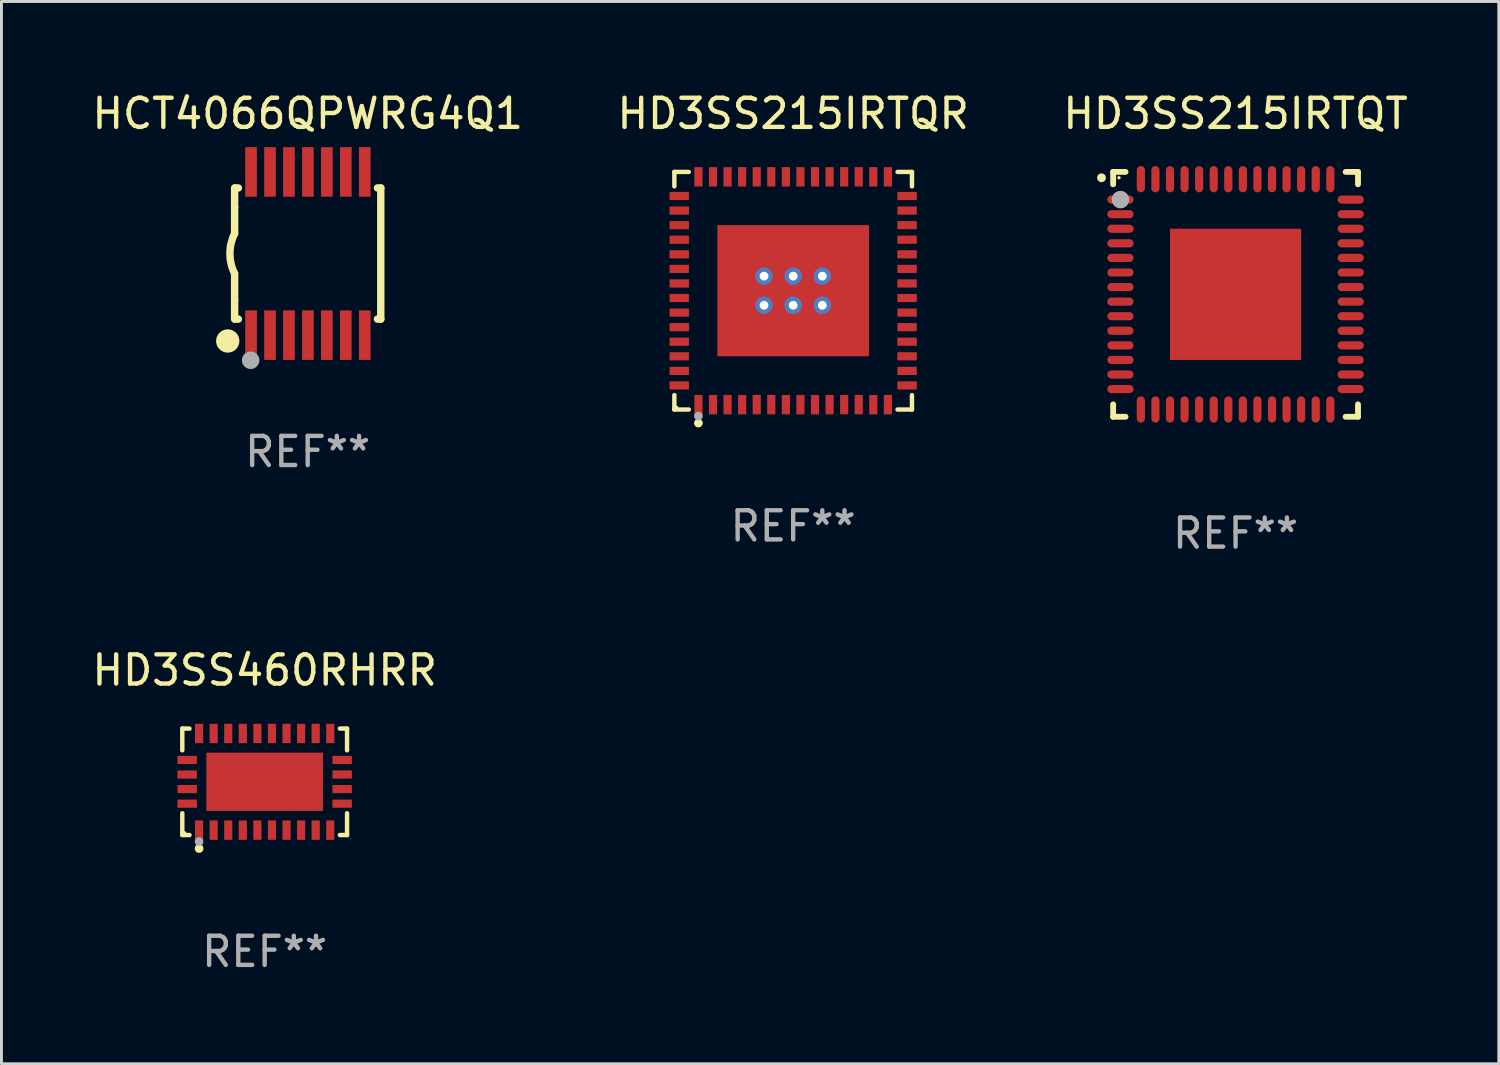
<source format=kicad_pcb>
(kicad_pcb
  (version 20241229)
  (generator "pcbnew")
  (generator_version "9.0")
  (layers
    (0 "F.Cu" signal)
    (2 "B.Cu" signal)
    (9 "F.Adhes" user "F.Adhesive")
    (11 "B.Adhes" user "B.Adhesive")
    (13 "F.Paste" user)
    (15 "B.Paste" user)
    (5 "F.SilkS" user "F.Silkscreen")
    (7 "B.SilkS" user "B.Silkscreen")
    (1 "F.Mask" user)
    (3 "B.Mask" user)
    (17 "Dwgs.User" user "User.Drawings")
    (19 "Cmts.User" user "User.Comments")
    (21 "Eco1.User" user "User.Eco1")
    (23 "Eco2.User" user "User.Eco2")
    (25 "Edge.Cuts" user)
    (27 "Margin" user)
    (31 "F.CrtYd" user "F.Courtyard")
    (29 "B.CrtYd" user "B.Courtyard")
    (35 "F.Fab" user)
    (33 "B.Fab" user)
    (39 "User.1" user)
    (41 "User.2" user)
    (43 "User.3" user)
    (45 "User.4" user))
  (footprint "HD3SS215IRTQT"
    (layer "F.Cu")
    (at 39.339 7.048)
    (property "Reference" "HD3SS215IRTQT" (at 0 -6.2 0) (layer "F.SilkS") (effects (font (size 1 1) (thickness 0.15))))
    (attr through_hole)
    (fp_line (start -4.2 -4.2) (end -3.775 -4.2) (stroke (width 0.2) (type solid)) (layer "F.SilkS"))
    (fp_line (start -4.2 -3.775) (end -4.2 -4.2) (stroke (width 0.2) (type solid)) (layer "F.SilkS"))
    (fp_line (start -4.2 3.775) (end -4.2 4.2) (stroke (width 0.2) (type solid)) (layer "F.SilkS"))
    (fp_line (start -4.2 4.2) (end -3.775 4.2) (stroke (width 0.2) (type solid)) (layer "F.SilkS"))
    (fp_line (start 3.775 4.2) (end 4.2 4.2) (stroke (width 0.2) (type solid)) (layer "F.SilkS"))
    (fp_line (start 4.2 -4.2) (end 3.775 -4.2) (stroke (width 0.2) (type solid)) (layer "F.SilkS"))
    (fp_line (start 4.2 -3.775) (end 4.2 -4.2) (stroke (width 0.2) (type solid)) (layer "F.SilkS"))
    (fp_line (start 4.2 4.2) (end 4.2 3.775) (stroke (width 0.2) (type solid)) (layer "F.SilkS"))
    (fp_arc (start -4.599949 -3.997968) (mid -4.599954 -3.999238) (end -4.599949 -4.000508) (stroke (width 0.3) (type solid)) (layer "F.SilkS"))
    (fp_circle (center -4 -4) (end -3.97 -4) (stroke (width 0.06) (type solid)) (fill no) (layer "F.SilkS"))
    (fp_circle (center -3.95 -3.25) (end -3.8 -3.25) (stroke (width 0.3) (type solid)) (fill no) (layer "F.Fab"))
    (fp_text user "REF**" (at 0 8.2 0) (layer "F.Fab") (effects (font (size 1 1) (thickness 0.15))))
    (pad "1" smd oval (at -3.95 -3.25 90) (size 0.28 0.9) (layers "F.Cu" "F.Mask" "F.Paste"))
    (pad "2" smd oval (at -3.95 -2.75 90) (size 0.28 0.9) (layers "F.Cu" "F.Mask" "F.Paste"))
    (pad "3" smd oval (at -3.95 -2.25 90) (size 0.28 0.9) (layers "F.Cu" "F.Mask" "F.Paste"))
    (pad "4" smd oval (at -3.95 -1.75 90) (size 0.28 0.9) (layers "F.Cu" "F.Mask" "F.Paste"))
    (pad "5" smd oval (at -3.95 -1.25 90) (size 0.28 0.9) (layers "F.Cu" "F.Mask" "F.Paste"))
    (pad "6" smd oval (at -3.95 -0.75 90) (size 0.28 0.9) (layers "F.Cu" "F.Mask" "F.Paste"))
    (pad "7" smd oval (at -3.95 -0.25 90) (size 0.28 0.9) (layers "F.Cu" "F.Mask" "F.Paste"))
    (pad "8" smd oval (at -3.95 0.25 90) (size 0.28 0.9) (layers "F.Cu" "F.Mask" "F.Paste"))
    (pad "9" smd oval (at -3.95 0.75 90) (size 0.28 0.9) (layers "F.Cu" "F.Mask" "F.Paste"))
    (pad "10" smd oval (at -3.95 1.25 90) (size 0.28 0.9) (layers "F.Cu" "F.Mask" "F.Paste"))
    (pad "11" smd oval (at -3.95 1.75 90) (size 0.28 0.9) (layers "F.Cu" "F.Mask" "F.Paste"))
    (pad "12" smd oval (at -3.95 2.25 90) (size 0.28 0.9) (layers "F.Cu" "F.Mask" "F.Paste"))
    (pad "13" smd oval (at -3.95 2.75 90) (size 0.28 0.9) (layers "F.Cu" "F.Mask" "F.Paste"))
    (pad "14" smd oval (at -3.95 3.25 90) (size 0.28 0.9) (layers "F.Cu" "F.Mask" "F.Paste"))
    (pad "15" smd oval (at -3.25 3.95) (size 0.28 0.9) (layers "F.Cu" "F.Mask" "F.Paste"))
    (pad "16" smd oval (at -2.75 3.95) (size 0.28 0.9) (layers "F.Cu" "F.Mask" "F.Paste"))
    (pad "17" smd oval (at -2.25 3.95) (size 0.28 0.9) (layers "F.Cu" "F.Mask" "F.Paste"))
    (pad "18" smd oval (at -1.75 3.95) (size 0.28 0.9) (layers "F.Cu" "F.Mask" "F.Paste"))
    (pad "19" smd oval (at -1.25 3.95) (size 0.28 0.9) (layers "F.Cu" "F.Mask" "F.Paste"))
    (pad "20" smd oval (at -0.75 3.95) (size 0.28 0.9) (layers "F.Cu" "F.Mask" "F.Paste"))
    (pad "21" smd oval (at -0.25 3.95) (size 0.28 0.9) (layers "F.Cu" "F.Mask" "F.Paste"))
    (pad "22" smd oval (at 0.25 3.95) (size 0.28 0.9) (layers "F.Cu" "F.Mask" "F.Paste"))
    (pad "23" smd oval (at 0.75 3.95) (size 0.28 0.9) (layers "F.Cu" "F.Mask" "F.Paste"))
    (pad "24" smd oval (at 1.25 3.95) (size 0.28 0.9) (layers "F.Cu" "F.Mask" "F.Paste"))
    (pad "25" smd oval (at 1.75 3.95) (size 0.28 0.9) (layers "F.Cu" "F.Mask" "F.Paste"))
    (pad "26" smd oval (at 2.25 3.95) (size 0.28 0.9) (layers "F.Cu" "F.Mask" "F.Paste"))
    (pad "27" smd oval (at 2.75 3.95) (size 0.28 0.9) (layers "F.Cu" "F.Mask" "F.Paste"))
    (pad "28" smd oval (at 3.25 3.95) (size 0.28 0.9) (layers "F.Cu" "F.Mask" "F.Paste"))
    (pad "29" smd oval (at 3.95 3.25 90) (size 0.28 0.9) (layers "F.Cu" "F.Mask" "F.Paste"))
    (pad "30" smd oval (at 3.95 2.75 90) (size 0.28 0.9) (layers "F.Cu" "F.Mask" "F.Paste"))
    (pad "31" smd oval (at 3.95 2.25 90) (size 0.28 0.9) (layers "F.Cu" "F.Mask" "F.Paste"))
    (pad "32" smd oval (at 3.95 1.75 90) (size 0.28 0.9) (layers "F.Cu" "F.Mask" "F.Paste"))
    (pad "33" smd oval (at 3.95 1.25 90) (size 0.28 0.9) (layers "F.Cu" "F.Mask" "F.Paste"))
    (pad "34" smd oval (at 3.95 0.75 90) (size 0.28 0.9) (layers "F.Cu" "F.Mask" "F.Paste"))
    (pad "35" smd oval (at 3.95 0.25 90) (size 0.28 0.9) (layers "F.Cu" "F.Mask" "F.Paste"))
    (pad "36" smd oval (at 3.95 -0.25 90) (size 0.28 0.9) (layers "F.Cu" "F.Mask" "F.Paste"))
    (pad "37" smd oval (at 3.95 -0.75 90) (size 0.28 0.9) (layers "F.Cu" "F.Mask" "F.Paste"))
    (pad "38" smd oval (at 3.95 -1.25 90) (size 0.28 0.9) (layers "F.Cu" "F.Mask" "F.Paste"))
    (pad "39" smd oval (at 3.95 -1.75 90) (size 0.28 0.9) (layers "F.Cu" "F.Mask" "F.Paste"))
    (pad "40" smd oval (at 3.95 -2.25 90) (size 0.28 0.9) (layers "F.Cu" "F.Mask" "F.Paste"))
    (pad "41" smd oval (at 3.95 -2.75 90) (size 0.28 0.9) (layers "F.Cu" "F.Mask" "F.Paste"))
    (pad "42" smd oval (at 3.95 -3.25 90) (size 0.28 0.9) (layers "F.Cu" "F.Mask" "F.Paste"))
    (pad "43" smd oval (at 3.25 -3.95) (size 0.28 0.9) (layers "F.Cu" "F.Mask" "F.Paste"))
    (pad "44" smd oval (at 2.75 -3.95) (size 0.28 0.9) (layers "F.Cu" "F.Mask" "F.Paste"))
    (pad "45" smd oval (at 2.25 -3.95) (size 0.28 0.9) (layers "F.Cu" "F.Mask" "F.Paste"))
    (pad "46" smd oval (at 1.75 -3.95) (size 0.28 0.9) (layers "F.Cu" "F.Mask" "F.Paste"))
    (pad "47" smd oval (at 1.25 -3.95) (size 0.28 0.9) (layers "F.Cu" "F.Mask" "F.Paste"))
    (pad "48" smd oval (at 0.75 -3.95) (size 0.28 0.9) (layers "F.Cu" "F.Mask" "F.Paste"))
    (pad "49" smd oval (at 0.25 -3.95) (size 0.28 0.9) (layers "F.Cu" "F.Mask" "F.Paste"))
    (pad "50" smd oval (at -0.25 -3.95) (size 0.28 0.9) (layers "F.Cu" "F.Mask" "F.Paste"))
    (pad "51" smd oval (at -0.75 -3.95) (size 0.28 0.9) (layers "F.Cu" "F.Mask" "F.Paste"))
    (pad "52" smd oval (at -1.25 -3.95) (size 0.28 0.9) (layers "F.Cu" "F.Mask" "F.Paste"))
    (pad "53" smd oval (at -1.75 -3.95) (size 0.28 0.9) (layers "F.Cu" "F.Mask" "F.Paste"))
    (pad "54" smd oval (at -2.25 -3.95) (size 0.28 0.9) (layers "F.Cu" "F.Mask" "F.Paste"))
    (pad "55" smd oval (at -2.75 -3.95) (size 0.28 0.9) (layers "F.Cu" "F.Mask" "F.Paste"))
    (pad "56" smd oval (at -3.25 -3.95) (size 0.28 0.9) (layers "F.Cu" "F.Mask" "F.Paste"))
    (pad "57" smd rect (at 0 0.000051) (size 4.5 4.5) (layers "F.Cu" "F.Mask" "F.Paste")))
  (footprint "HD3SS215IRTQR"
    (layer "F.Cu")
    (at 24.161 6.924)
    (property "Reference" "HD3SS215IRTQR" (at 0 -6.076 0) (layer "F.SilkS") (effects (font (size 1 1) (thickness 0.15))))
    (attr through_hole)
    (fp_line (start -4.076 -4.076) (end -3.581 -4.076) (stroke (width 0.152) (type solid)) (layer "F.SilkS"))
    (fp_line (start -4.076 -3.581) (end -4.076 -4.076) (stroke (width 0.152) (type solid)) (layer "F.SilkS"))
    (fp_line (start -4.076 3.581) (end -4.076 4.076) (stroke (width 0.152) (type solid)) (layer "F.SilkS"))
    (fp_line (start -4.076 4.076) (end -3.581 4.076) (stroke (width 0.152) (type solid)) (layer "F.SilkS"))
    (fp_line (start 4.076 -4.076) (end 3.581 -4.076) (stroke (width 0.152) (type solid)) (layer "F.SilkS"))
    (fp_line (start 4.076 -3.581) (end 4.076 -4.076) (stroke (width 0.152) (type solid)) (layer "F.SilkS"))
    (fp_line (start 4.076 3.581) (end 4.076 4.076) (stroke (width 0.152) (type solid)) (layer "F.SilkS"))
    (fp_line (start 4.076 4.076) (end 3.581 4.076) (stroke (width 0.152) (type solid)) (layer "F.SilkS"))
    (fp_circle (center -4 4) (end -3.97 4) (stroke (width 0.06) (type solid)) (fill no) (layer "F.SilkS"))
    (fp_circle (center -3.25 4.54) (end -3.175 4.54) (stroke (width 0.15) (type solid)) (fill no) (layer "F.SilkS"))
    (fp_circle (center -3.25 4.3) (end -3.175 4.3) (stroke (width 0.15) (type solid)) (fill no) (layer "F.Fab"))
    (fp_text user "REF**" (at 0 8.076 0) (layer "F.Fab") (effects (font (size 1 1) (thickness 0.15))))
    (pad "1" smd rect (at -3.25 3.908) (size 0.28 0.665) (layers "F.Cu" "F.Mask" "F.Paste"))
    (pad "2" smd rect (at -2.75 3.908) (size 0.28 0.665) (layers "F.Cu" "F.Mask" "F.Paste"))
    (pad "3" smd rect (at -2.25 3.908) (size 0.28 0.665) (layers "F.Cu" "F.Mask" "F.Paste"))
    (pad "4" smd rect (at -1.75 3.908) (size 0.28 0.665) (layers "F.Cu" "F.Mask" "F.Paste"))
    (pad "5" smd rect (at -1.25 3.908) (size 0.28 0.665) (layers "F.Cu" "F.Mask" "F.Paste"))
    (pad "6" smd rect (at -0.75 3.908) (size 0.28 0.665) (layers "F.Cu" "F.Mask" "F.Paste"))
    (pad "7" smd rect (at -0.25 3.908) (size 0.28 0.665) (layers "F.Cu" "F.Mask" "F.Paste"))
    (pad "8" smd rect (at 0.25 3.908) (size 0.28 0.665) (layers "F.Cu" "F.Mask" "F.Paste"))
    (pad "9" smd rect (at 0.75 3.908) (size 0.28 0.665) (layers "F.Cu" "F.Mask" "F.Paste"))
    (pad "10" smd rect (at 1.25 3.908) (size 0.28 0.665) (layers "F.Cu" "F.Mask" "F.Paste"))
    (pad "11" smd rect (at 1.75 3.908) (size 0.28 0.665) (layers "F.Cu" "F.Mask" "F.Paste"))
    (pad "12" smd rect (at 2.25 3.908) (size 0.28 0.665) (layers "F.Cu" "F.Mask" "F.Paste"))
    (pad "13" smd rect (at 2.75 3.908) (size 0.28 0.665) (layers "F.Cu" "F.Mask" "F.Paste"))
    (pad "14" smd rect (at 3.25 3.908) (size 0.28 0.665) (layers "F.Cu" "F.Mask" "F.Paste"))
    (pad "15" smd rect (at 3.908 3.25) (size 0.665 0.28) (layers "F.Cu" "F.Mask" "F.Paste"))
    (pad "16" smd rect (at 3.908 2.75) (size 0.665 0.28) (layers "F.Cu" "F.Mask" "F.Paste"))
    (pad "17" smd rect (at 3.908 2.25) (size 0.665 0.28) (layers "F.Cu" "F.Mask" "F.Paste"))
    (pad "18" smd rect (at 3.908 1.75) (size 0.665 0.28) (layers "F.Cu" "F.Mask" "F.Paste"))
    (pad "19" smd rect (at 3.908 1.25) (size 0.665 0.28) (layers "F.Cu" "F.Mask" "F.Paste"))
    (pad "20" smd rect (at 3.908 0.75) (size 0.665 0.28) (layers "F.Cu" "F.Mask" "F.Paste"))
    (pad "21" smd rect (at 3.908 0.25) (size 0.665 0.28) (layers "F.Cu" "F.Mask" "F.Paste"))
    (pad "22" smd rect (at 3.908 -0.25) (size 0.665 0.28) (layers "F.Cu" "F.Mask" "F.Paste"))
    (pad "23" smd rect (at 3.908 -0.75) (size 0.665 0.28) (layers "F.Cu" "F.Mask" "F.Paste"))
    (pad "24" smd rect (at 3.908 -1.25) (size 0.665 0.28) (layers "F.Cu" "F.Mask" "F.Paste"))
    (pad "25" smd rect (at 3.908 -1.75) (size 0.665 0.28) (layers "F.Cu" "F.Mask" "F.Paste"))
    (pad "26" smd rect (at 3.908 -2.25) (size 0.665 0.28) (layers "F.Cu" "F.Mask" "F.Paste"))
    (pad "27" smd rect (at 3.908 -2.75) (size 0.665 0.28) (layers "F.Cu" "F.Mask" "F.Paste"))
    (pad "28" smd rect (at 3.908 -3.25) (size 0.665 0.28) (layers "F.Cu" "F.Mask" "F.Paste"))
    (pad "29" smd rect (at 3.25 -3.908) (size 0.28 0.665) (layers "F.Cu" "F.Mask" "F.Paste"))
    (pad "30" smd rect (at 2.75 -3.908) (size 0.28 0.665) (layers "F.Cu" "F.Mask" "F.Paste"))
    (pad "31" smd rect (at 2.25 -3.908) (size 0.28 0.665) (layers "F.Cu" "F.Mask" "F.Paste"))
    (pad "32" smd rect (at 1.75 -3.908) (size 0.28 0.665) (layers "F.Cu" "F.Mask" "F.Paste"))
    (pad "33" smd rect (at 1.25 -3.908) (size 0.28 0.665) (layers "F.Cu" "F.Mask" "F.Paste"))
    (pad "34" smd rect (at 0.75 -3.908) (size 0.28 0.665) (layers "F.Cu" "F.Mask" "F.Paste"))
    (pad "35" smd rect (at 0.25 -3.908) (size 0.28 0.665) (layers "F.Cu" "F.Mask" "F.Paste"))
    (pad "36" smd rect (at -0.25 -3.908) (size 0.28 0.665) (layers "F.Cu" "F.Mask" "F.Paste"))
    (pad "37" smd rect (at -0.75 -3.908) (size 0.28 0.665) (layers "F.Cu" "F.Mask" "F.Paste"))
    (pad "38" smd rect (at -1.25 -3.908) (size 0.28 0.665) (layers "F.Cu" "F.Mask" "F.Paste"))
    (pad "39" smd rect (at -1.75 -3.908) (size 0.28 0.665) (layers "F.Cu" "F.Mask" "F.Paste"))
    (pad "40" smd rect (at -2.25 -3.908) (size 0.28 0.665) (layers "F.Cu" "F.Mask" "F.Paste"))
    (pad "41" smd rect (at -2.75 -3.908) (size 0.28 0.665) (layers "F.Cu" "F.Mask" "F.Paste"))
    (pad "42" smd rect (at -3.25 -3.908) (size 0.28 0.665) (layers "F.Cu" "F.Mask" "F.Paste"))
    (pad "43" smd rect (at -3.908 -3.25) (size 0.665 0.28) (layers "F.Cu" "F.Mask" "F.Paste"))
    (pad "44" smd rect (at -3.908 -2.75) (size 0.665 0.28) (layers "F.Cu" "F.Mask" "F.Paste"))
    (pad "45" smd rect (at -3.908 -2.25) (size 0.665 0.28) (layers "F.Cu" "F.Mask" "F.Paste"))
    (pad "46" smd rect (at -3.908 -1.75) (size 0.665 0.28) (layers "F.Cu" "F.Mask" "F.Paste"))
    (pad "47" smd rect (at -3.908 -1.25) (size 0.665 0.28) (layers "F.Cu" "F.Mask" "F.Paste"))
    (pad "48" smd rect (at -3.908 -0.75) (size 0.665 0.28) (layers "F.Cu" "F.Mask" "F.Paste"))
    (pad "49" smd rect (at -3.908 -0.25) (size 0.665 0.28) (layers "F.Cu" "F.Mask" "F.Paste"))
    (pad "50" smd rect (at -3.908 0.25) (size 0.665 0.28) (layers "F.Cu" "F.Mask" "F.Paste"))
    (pad "51" smd rect (at -3.908 0.75) (size 0.665 0.28) (layers "F.Cu" "F.Mask" "F.Paste"))
    (pad "52" smd rect (at -3.908 1.25) (size 0.665 0.28) (layers "F.Cu" "F.Mask" "F.Paste"))
    (pad "53" smd rect (at -3.908 1.75) (size 0.665 0.28) (layers "F.Cu" "F.Mask" "F.Paste"))
    (pad "54" smd rect (at -3.908 2.25) (size 0.665 0.28) (layers "F.Cu" "F.Mask" "F.Paste"))
    (pad "55" smd rect (at -3.908 2.75) (size 0.665 0.28) (layers "F.Cu" "F.Mask" "F.Paste"))
    (pad "56" smd rect (at -3.908 3.25) (size 0.665 0.28) (layers "F.Cu" "F.Mask" "F.Paste"))
    (pad "57" thru_hole circle (at -1 -0.5) (size 0.6 0.6) (drill 0.3) (layers "*.Cu" "*.Mask"))
    (pad "57" thru_hole circle (at -1 0.5) (size 0.6 0.6) (drill 0.3) (layers "*.Cu" "*.Mask"))
    (pad "57" thru_hole circle (at 0 -0.5) (size 0.6 0.6) (drill 0.3) (layers "*.Cu" "*.Mask"))
    (pad "57" smd rect (at 0 0) (size 5.2 4.5) (layers "F.Cu" "F.Mask" "F.Paste"))
    (pad "57" thru_hole circle (at 0 0.5) (size 0.6 0.6) (drill 0.3) (layers "*.Cu" "*.Mask"))
    (pad "57" thru_hole circle (at 1 -0.5) (size 0.6 0.6) (drill 0.3) (layers "*.Cu" "*.Mask"))
    (pad "57" thru_hole circle (at 1 0.5) (size 0.6 0.6) (drill 0.3) (layers "*.Cu" "*.Mask")))
  (footprint "HCT4066QPWRG4Q1"
    (layer "F.Cu")
    (at 7.506 5.648)
    (property "Reference" "HCT4066QPWRG4Q1" (at 0 -4.8 0) (layer "F.SilkS") (effects (font (size 1 1) (thickness 0.15))))
    (attr through_hole)
    (fp_line (start -2.507 -1.6) (end -2.507 -2.25) (stroke (width 0.254) (type solid)) (layer "F.SilkS"))
    (fp_line (start -2.507 -0.686) (end -2.507 -1.6) (stroke (width 0.254) (type solid)) (layer "F.SilkS"))
    (fp_line (start -2.507 1.6) (end -2.507 0.686) (stroke (width 0.254) (type solid)) (layer "F.SilkS"))
    (fp_line (start -2.507 1.6) (end -2.507 2.25) (stroke (width 0.254) (type solid)) (layer "F.SilkS"))
    (fp_line (start -2.493 -2.25) (end -2.377 -2.25) (stroke (width 0.254) (type solid)) (layer "F.SilkS"))
    (fp_line (start -2.377 2.25) (end -2.493 2.25) (stroke (width 0.254) (type solid)) (layer "F.SilkS"))
    (fp_line (start 2.392 -2.25) (end 2.507 -2.25) (stroke (width 0.254) (type solid)) (layer "F.SilkS"))
    (fp_line (start 2.507 -2.25) (end 2.507 2.25) (stroke (width 0.254) (type solid)) (layer "F.SilkS"))
    (fp_line (start 2.507 2.25) (end 2.392 2.25) (stroke (width 0.254) (type solid)) (layer "F.SilkS"))
    (fp_arc (start -2.507303 0.685802) (mid -2.669199 0) (end -2.507303 -0.685801) (stroke (width 0.254001) (type solid)) (layer "F.SilkS"))
    (fp_circle (center -2.743 3) (end -2.543 3) (stroke (width 0.4) (type solid)) (fill no) (layer "F.SilkS"))
    (fp_circle (center -2.493 3.2) (end -2.463 3.2) (stroke (width 0.06) (type solid)) (fill no) (layer "F.SilkS"))
    (fp_circle (center -1.957 3.662) (end -1.807 3.662) (stroke (width 0.3) (type solid)) (fill no) (layer "F.Fab"))
    (fp_text user "REF**" (at 0 6.8 0) (layer "F.Fab") (effects (font (size 1 1) (thickness 0.15))))
    (pad "1" smd rect (at -1.943 2.8) (size 0.4 1.7) (layers "F.Cu" "F.Mask" "F.Paste"))
    (pad "2" smd rect (at -1.293 2.8) (size 0.4 1.7) (layers "F.Cu" "F.Mask" "F.Paste"))
    (pad "3" smd rect (at -0.643 2.8) (size 0.4 1.7) (layers "F.Cu" "F.Mask" "F.Paste"))
    (pad "4" smd rect (at 0.007 2.8) (size 0.4 1.7) (layers "F.Cu" "F.Mask" "F.Paste"))
    (pad "5" smd rect (at 0.657 2.8) (size 0.4 1.7) (layers "F.Cu" "F.Mask" "F.Paste"))
    (pad "6" smd rect (at 1.307 2.8) (size 0.4 1.7) (layers "F.Cu" "F.Mask" "F.Paste"))
    (pad "7" smd rect (at 1.957 2.8) (size 0.4 1.7) (layers "F.Cu" "F.Mask" "F.Paste"))
    (pad "8" smd rect (at 1.957 -2.8) (size 0.4 1.7) (layers "F.Cu" "F.Mask" "F.Paste"))
    (pad "9" smd rect (at 1.307 -2.8) (size 0.4 1.7) (layers "F.Cu" "F.Mask" "F.Paste"))
    (pad "10" smd rect (at 0.657 -2.8) (size 0.4 1.7) (layers "F.Cu" "F.Mask" "F.Paste"))
    (pad "11" smd rect (at 0.007 -2.8) (size 0.4 1.7) (layers "F.Cu" "F.Mask" "F.Paste"))
    (pad "12" smd rect (at -0.643 -2.8) (size 0.4 1.7) (layers "F.Cu" "F.Mask" "F.Paste"))
    (pad "13" smd rect (at -1.293 -2.8) (size 0.4 1.7) (layers "F.Cu" "F.Mask" "F.Paste"))
    (pad "14" smd rect (at -1.943 -2.8) (size 0.4 1.7) (layers "F.Cu" "F.Mask" "F.Paste")))
  (footprint "HD3SS460RHRR"
    (layer "F.Cu")
    (at 6.03 23.771)
    (property "Reference" "HD3SS460RHRR" (at 0 -3.826 0) (layer "F.SilkS") (effects (font (size 1 1) (thickness 0.15))))
    (attr through_hole)
    (fp_line (start -2.826 -1.826) (end -2.58 -1.826) (stroke (width 0.152) (type solid)) (layer "F.SilkS"))
    (fp_line (start -2.826 -1.08) (end -2.826 -1.826) (stroke (width 0.152) (type solid)) (layer "F.SilkS"))
    (fp_line (start -2.826 1.08) (end -2.826 1.826) (stroke (width 0.152) (type solid)) (layer "F.SilkS"))
    (fp_line (start -2.826 1.826) (end -2.58 1.826) (stroke (width 0.152) (type solid)) (layer "F.SilkS"))
    (fp_line (start 2.826 -1.826) (end 2.58 -1.826) (stroke (width 0.152) (type solid)) (layer "F.SilkS"))
    (fp_line (start 2.826 -1.08) (end 2.826 -1.826) (stroke (width 0.152) (type solid)) (layer "F.SilkS"))
    (fp_line (start 2.826 1.08) (end 2.826 1.826) (stroke (width 0.152) (type solid)) (layer "F.SilkS"))
    (fp_line (start 2.826 1.826) (end 2.58 1.826) (stroke (width 0.152) (type solid)) (layer "F.SilkS"))
    (fp_circle (center -2.75 1.75) (end -2.72 1.75) (stroke (width 0.06) (type solid)) (fill no) (layer "F.SilkS"))
    (fp_circle (center -2.25 2.29) (end -2.175 2.29) (stroke (width 0.15) (type solid)) (fill no) (layer "F.SilkS"))
    (fp_circle (center -2.25 2.05) (end -2.175 2.05) (stroke (width 0.15) (type solid)) (fill no) (layer "F.Fab"))
    (fp_text user "REF**" (at 0 5.826 0) (layer "F.Fab") (effects (font (size 1 1) (thickness 0.15))))
    (pad "1" smd rect (at -2.25 1.658) (size 0.28 0.665) (layers "F.Cu" "F.Mask" "F.Paste"))
    (pad "2" smd rect (at -1.75 1.658) (size 0.28 0.665) (layers "F.Cu" "F.Mask" "F.Paste"))
    (pad "3" smd rect (at -1.25 1.658) (size 0.28 0.665) (layers "F.Cu" "F.Mask" "F.Paste"))
    (pad "4" smd rect (at -0.75 1.658) (size 0.28 0.665) (layers "F.Cu" "F.Mask" "F.Paste"))
    (pad "5" smd rect (at -0.25 1.658) (size 0.28 0.665) (layers "F.Cu" "F.Mask" "F.Paste"))
    (pad "6" smd rect (at 0.25 1.658) (size 0.28 0.665) (layers "F.Cu" "F.Mask" "F.Paste"))
    (pad "7" smd rect (at 0.75 1.658) (size 0.28 0.665) (layers "F.Cu" "F.Mask" "F.Paste"))
    (pad "8" smd rect (at 1.25 1.658) (size 0.28 0.665) (layers "F.Cu" "F.Mask" "F.Paste"))
    (pad "9" smd rect (at 1.75 1.658) (size 0.28 0.665) (layers "F.Cu" "F.Mask" "F.Paste"))
    (pad "10" smd rect (at 2.25 1.658) (size 0.28 0.665) (layers "F.Cu" "F.Mask" "F.Paste"))
    (pad "11" smd rect (at 2.658 0.75) (size 0.665 0.28) (layers "F.Cu" "F.Mask" "F.Paste"))
    (pad "12" smd rect (at 2.658 0.25) (size 0.665 0.28) (layers "F.Cu" "F.Mask" "F.Paste"))
    (pad "13" smd rect (at 2.658 -0.25) (size 0.665 0.28) (layers "F.Cu" "F.Mask" "F.Paste"))
    (pad "14" smd rect (at 2.658 -0.75) (size 0.665 0.28) (layers "F.Cu" "F.Mask" "F.Paste"))
    (pad "15" smd rect (at 2.25 -1.658) (size 0.28 0.665) (layers "F.Cu" "F.Mask" "F.Paste"))
    (pad "16" smd rect (at 1.75 -1.658) (size 0.28 0.665) (layers "F.Cu" "F.Mask" "F.Paste"))
    (pad "17" smd rect (at 1.25 -1.658) (size 0.28 0.665) (layers "F.Cu" "F.Mask" "F.Paste"))
    (pad "18" smd rect (at 0.75 -1.658) (size 0.28 0.665) (layers "F.Cu" "F.Mask" "F.Paste"))
    (pad "19" smd rect (at 0.25 -1.658) (size 0.28 0.665) (layers "F.Cu" "F.Mask" "F.Paste"))
    (pad "20" smd rect (at -0.25 -1.658) (size 0.28 0.665) (layers "F.Cu" "F.Mask" "F.Paste"))
    (pad "21" smd rect (at -0.75 -1.658) (size 0.28 0.665) (layers "F.Cu" "F.Mask" "F.Paste"))
    (pad "22" smd rect (at -1.25 -1.658) (size 0.28 0.665) (layers "F.Cu" "F.Mask" "F.Paste"))
    (pad "23" smd rect (at -1.75 -1.658) (size 0.28 0.665) (layers "F.Cu" "F.Mask" "F.Paste"))
    (pad "24" smd rect (at -2.25 -1.658) (size 0.28 0.665) (layers "F.Cu" "F.Mask" "F.Paste"))
    (pad "25" smd rect (at -2.658 -0.75) (size 0.665 0.28) (layers "F.Cu" "F.Mask" "F.Paste"))
    (pad "26" smd rect (at -2.658 -0.25) (size 0.665 0.28) (layers "F.Cu" "F.Mask" "F.Paste"))
    (pad "27" smd rect (at -2.658 0.25) (size 0.665 0.28) (layers "F.Cu" "F.Mask" "F.Paste"))
    (pad "28" smd rect (at -2.658 0.75) (size 0.665 0.28) (layers "F.Cu" "F.Mask" "F.Paste"))
    (pad "29" smd rect (at 0 0) (size 4 2) (layers "F.Cu" "F.Mask" "F.Paste")))
  (gr_rect
    (start -3 -3)
    (end 48.369 33.445)
    (stroke (width 0.1) (type default))
    (fill no)
    (layer "Edge.Cuts")))
</source>
